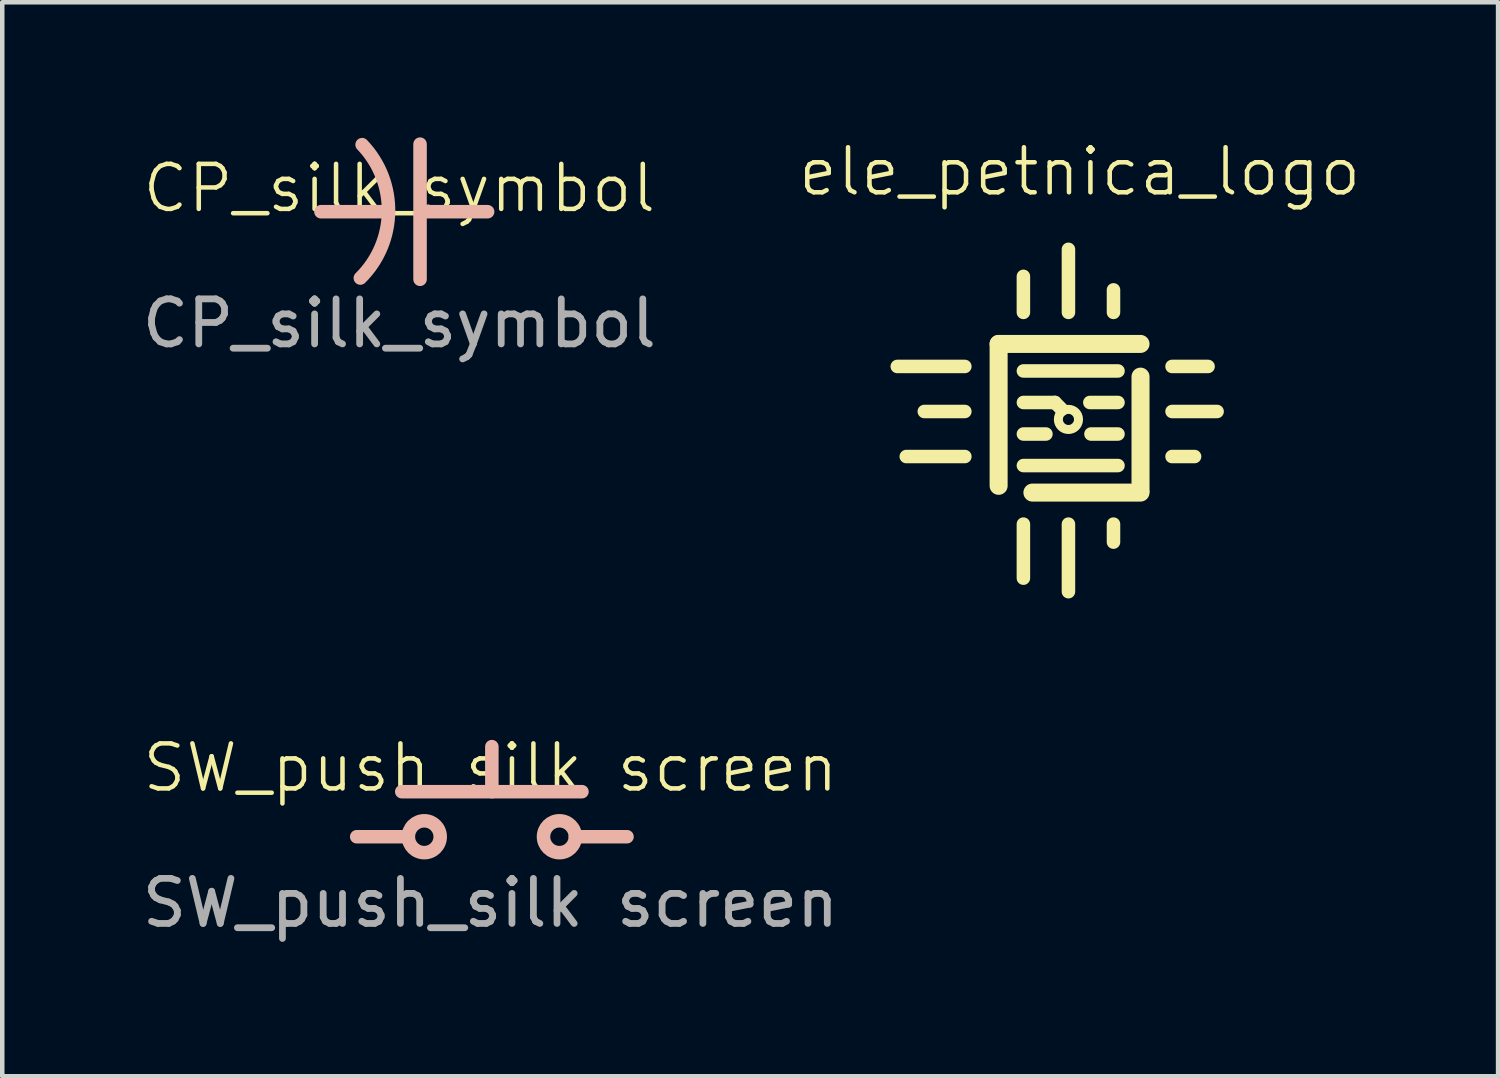
<source format=kicad_pcb>
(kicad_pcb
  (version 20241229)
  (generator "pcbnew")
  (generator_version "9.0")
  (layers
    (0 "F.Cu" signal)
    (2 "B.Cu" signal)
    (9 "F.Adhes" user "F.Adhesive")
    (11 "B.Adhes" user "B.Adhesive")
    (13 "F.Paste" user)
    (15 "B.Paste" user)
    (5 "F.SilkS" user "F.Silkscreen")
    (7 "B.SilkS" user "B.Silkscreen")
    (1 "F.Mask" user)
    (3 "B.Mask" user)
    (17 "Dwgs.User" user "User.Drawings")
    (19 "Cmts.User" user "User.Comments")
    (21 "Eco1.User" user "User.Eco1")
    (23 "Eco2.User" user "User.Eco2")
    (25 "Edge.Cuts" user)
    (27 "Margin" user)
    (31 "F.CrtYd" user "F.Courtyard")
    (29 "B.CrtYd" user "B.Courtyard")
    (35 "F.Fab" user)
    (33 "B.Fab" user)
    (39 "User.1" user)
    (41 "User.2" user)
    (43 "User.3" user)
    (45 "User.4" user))
  (footprint "SW_push_silk screen"
    (layer "F.Cu")
    (at 7.839 14.495)
    (property "Reference" "SW_push_silk screen" (at 0 -0.5 0) (unlocked yes) (layer "F.SilkS") (effects (font (size 1 1) (thickness 0.1))))
    (fp_line (start -1.97 0.03) (end 2.03 0.03) (stroke (width 0.3) (type default)) (layer "B.SilkS"))
    (fp_line (start -1.824 1.03) (end -2.97 1.03) (stroke (width 0.3) (type default)) (layer "B.SilkS"))
    (fp_line (start 0.03 -0.97) (end 0.03 0.03) (stroke (width 0.3) (type default)) (layer "B.SilkS"))
    (fp_line (start 1.884 1.03) (end 3.03 1.03) (stroke (width 0.3) (type default)) (layer "B.SilkS"))
    (fp_circle (center -1.47 1.03) (end -1.22 1.28) (stroke (width 0.3) (type default)) (fill no) (layer "B.SilkS"))
    (fp_circle (center 1.53 1.03) (end 1.28 1.28) (stroke (width 0.3) (type default)) (fill no) (layer "B.SilkS"))
    (fp_text user "${REFERENCE}" (at 0 2.5 0) (unlocked yes) (layer "F.Fab") (effects (font (size 1 1) (thickness 0.15)))))
  (footprint "CP_silk_symbol"
    (layer "F.Cu")
    (at 5.815 1.63)
    (property "Reference" "CP_silk_symbol" (at 0 -0.5 0) (unlocked yes) (layer "F.SilkS") (effects (font (size 1 1) (thickness 0.1))))
    (fp_line (start -1.74 0.02) (end -0.24 0.02) (stroke (width 0.3) (type default)) (layer "B.SilkS"))
    (fp_line (start 0.46 -1.48) (end 0.46 1.52) (stroke (width 0.3) (type default)) (layer "B.SilkS"))
    (fp_line (start 0.56 0.02) (end 1.96 0.02) (stroke (width 0.3) (type default)) (layer "B.SilkS"))
    (fp_arc (start -0.826408 -1.46833) (mid -0.239966 0.020001) (end -0.865297 1.492415) (stroke (width 0.3) (type default)) (layer "B.SilkS"))
    (fp_text user "${REFERENCE}" (at 0 2.5 0) (unlocked yes) (layer "F.Fab") (effects (font (size 1 1) (thickness 0.15)))))
  (footprint "ele_petnica_logo"
    (layer "F.Cu")
    (at 20.669 6.261)
    (property "Reference" "ele_petnica_logo" (at 0.25 -5.5 0) (unlocked yes) (layer "F.SilkS") (effects (font (size 1 1) (thickness 0.1))))
    (attr smd)
    (fp_line (start -3.8 -1.176) (end -2.3 -1.176) (stroke (width 0.3) (type default)) (layer "F.SilkS"))
    (fp_line (start -3.6 0.824) (end -2.3 0.824) (stroke (width 0.3) (type default)) (layer "F.SilkS"))
    (fp_line (start -3.2 -0.176) (end -2.3 -0.176) (stroke (width 0.3) (type default)) (layer "F.SilkS"))
    (fp_line (start -1.55 -1.676) (end 1.6 -1.676) (stroke (width 0.4) (type default)) (layer "F.SilkS"))
    (fp_line (start -1.55 1.474) (end -1.55 -1.676) (stroke (width 0.4) (type default)) (layer "F.SilkS"))
    (fp_line (start -1 -3.176) (end -1 -2.376) (stroke (width 0.3) (type default)) (layer "F.SilkS"))
    (fp_line (start -1 -1.076) (end 1.1 -1.076) (stroke (width 0.3) (type default)) (layer "F.SilkS"))
    (fp_line (start -1 -0.376) (end -0.3 -0.376) (stroke (width 0.3) (type default)) (layer "F.SilkS"))
    (fp_line (start -1 0.324) (end -0.5 0.324) (stroke (width 0.3) (type default)) (layer "F.SilkS"))
    (fp_line (start -1 1.024) (end 1.1 1.024) (stroke (width 0.3) (type default)) (layer "F.SilkS"))
    (fp_line (start -1 3.524) (end -1 2.324) (stroke (width 0.3) (type default)) (layer "F.SilkS"))
    (fp_line (start -0.8 1.624) (end 1.6 1.624) (stroke (width 0.4) (type default)) (layer "F.SilkS"))
    (fp_line (start -0.3 -0.376) (end -0.15 -0.226) (stroke (width 0.3) (type default)) (layer "F.SilkS"))
    (fp_line (start 0 -3.776) (end 0 -2.376) (stroke (width 0.3) (type default)) (layer "F.SilkS"))
    (fp_line (start 0 3.824) (end 0 2.324) (stroke (width 0.3) (type default)) (layer "F.SilkS"))
    (fp_line (start 0.475 -0.376) (end 1.1 -0.376) (stroke (width 0.3) (type default)) (layer "F.SilkS"))
    (fp_line (start 0.5 0.324) (end 1.1 0.324) (stroke (width 0.3) (type default)) (layer "F.SilkS"))
    (fp_line (start 1 -2.876) (end 1 -2.376) (stroke (width 0.3) (type default)) (layer "F.SilkS"))
    (fp_line (start 1 2.724) (end 1 2.324) (stroke (width 0.3) (type default)) (layer "F.SilkS"))
    (fp_line (start 1.6 1.574) (end 1.6 -0.95) (stroke (width 0.4) (type default)) (layer "F.SilkS"))
    (fp_line (start 2.8 0.824) (end 2.3 0.824) (stroke (width 0.3) (type default)) (layer "F.SilkS"))
    (fp_line (start 3.1 -1.176) (end 2.3 -1.176) (stroke (width 0.3) (type default)) (layer "F.SilkS"))
    (fp_line (start 3.3 -0.176) (end 2.3 -0.176) (stroke (width 0.3) (type default)) (layer "F.SilkS"))
    (fp_circle (center 0 0) (end 0.2 0.1) (stroke (width 0.2) (type default)) (fill no) (layer "F.SilkS")))
  (gr_rect
    (start -3 -3)
    (end 30.207 20.843)
    (stroke (width 0.1) (type default))
    (fill no)
    (layer "Edge.Cuts")))
</source>
